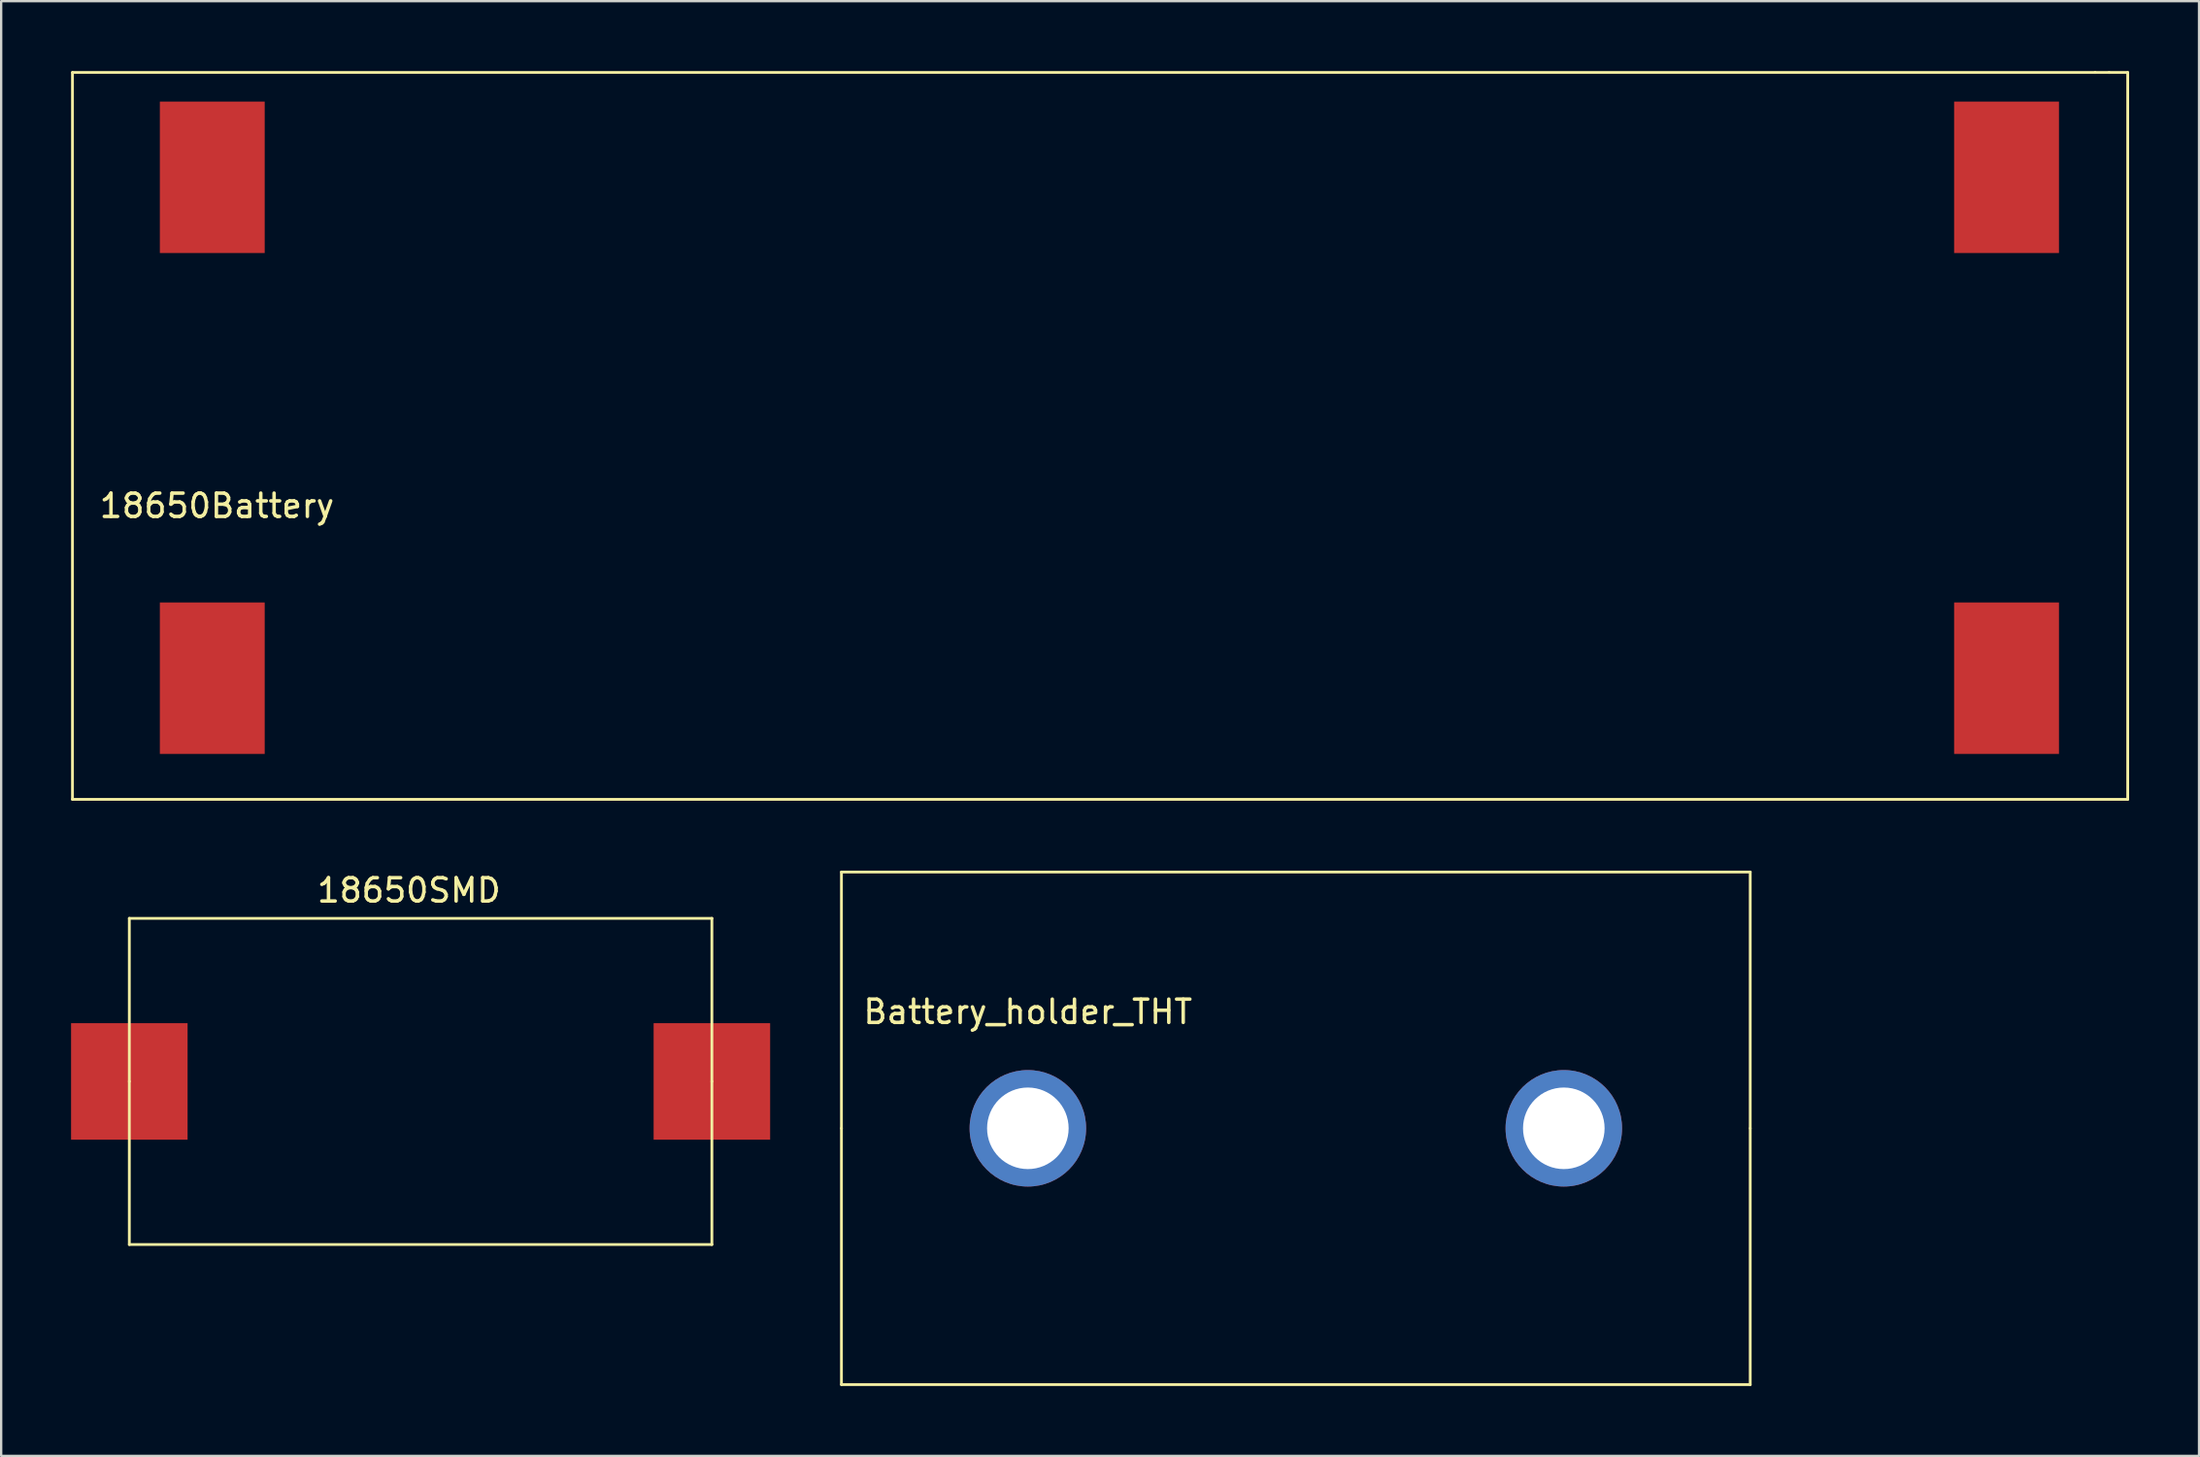
<source format=kicad_pcb>
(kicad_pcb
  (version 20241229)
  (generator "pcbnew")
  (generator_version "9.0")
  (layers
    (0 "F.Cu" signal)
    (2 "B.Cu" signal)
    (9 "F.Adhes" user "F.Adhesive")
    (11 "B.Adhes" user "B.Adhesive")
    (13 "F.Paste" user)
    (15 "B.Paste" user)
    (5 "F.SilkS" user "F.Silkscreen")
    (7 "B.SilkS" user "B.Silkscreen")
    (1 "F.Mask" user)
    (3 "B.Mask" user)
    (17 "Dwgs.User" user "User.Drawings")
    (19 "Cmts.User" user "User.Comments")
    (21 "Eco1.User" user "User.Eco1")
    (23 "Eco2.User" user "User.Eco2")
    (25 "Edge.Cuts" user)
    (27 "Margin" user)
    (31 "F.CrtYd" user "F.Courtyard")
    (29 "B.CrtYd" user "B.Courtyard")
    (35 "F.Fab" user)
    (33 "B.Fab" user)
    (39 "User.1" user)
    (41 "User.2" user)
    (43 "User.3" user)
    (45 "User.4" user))
  (footprint "18650Battery"
    (layer "F.Cu")
    (at 6.06 26.06)
    (property "Reference" "18650Battery" (at 0.2 -7.4 0) (layer "F.SilkS") (effects (font (size 1 1) (thickness 0.15))))
    (attr through_hole)
    (fp_line (start -6 -26) (end 80.8 -26) (stroke (width 0.12) (type solid)) (layer "F.SilkS"))
    (fp_line (start -6 5.2) (end -6 -26) (stroke (width 0.12) (type solid)) (layer "F.SilkS"))
    (fp_line (start 80.8 -26) (end 81.4 -26) (stroke (width 0.12) (type solid)) (layer "F.SilkS"))
    (fp_line (start 81.4 -26) (end 82.2 -26) (stroke (width 0.12) (type solid)) (layer "F.SilkS"))
    (fp_line (start 82.2 -26) (end 82.2 5.2) (stroke (width 0.12) (type solid)) (layer "F.SilkS"))
    (fp_line (start 82.2 5.2) (end -6 5.2) (stroke (width 0.12) (type solid)) (layer "F.SilkS"))
    (pad "1" smd rect (at 0 0) (size 4.5 6.5) (layers "*.Mask" "F.Cu"))
    (pad "2" smd rect (at 77 0) (size 4.5 6.5) (layers "*.Mask" "F.Cu"))
    (pad "3" smd rect (at 77 -21.5) (size 4.5 6.5) (layers "*.Mask" "F.Cu"))
    (pad "4" smd rect (at 0 -21.5) (size 4.5 6.5) (layers "*.Mask" "F.Cu")))
  (footprint "18650SMD"
    (layer "F.Cu")
    (at 2.5 43.368)
    (property "Reference" "18650SMD" (at 12 -8.2 0) (layer "F.SilkS") (effects (font (size 1 1) (thickness 0.15))))
    (attr through_hole)
    (fp_line (start 0 -7) (end 25 -7) (stroke (width 0.12) (type solid)) (layer "F.SilkS"))
    (fp_line (start 0 0) (end 0 -7) (stroke (width 0.12) (type solid)) (layer "F.SilkS"))
    (fp_line (start 0 7) (end 0 0) (stroke (width 0.12) (type solid)) (layer "F.SilkS"))
    (fp_line (start 25 -7) (end 25 0) (stroke (width 0.12) (type solid)) (layer "F.SilkS"))
    (fp_line (start 25 0) (end 25 7) (stroke (width 0.12) (type solid)) (layer "F.SilkS"))
    (fp_line (start 25 7) (end 0 7) (stroke (width 0.12) (type solid)) (layer "F.SilkS"))
    (pad "1" smd rect (at 0 0) (size 5 5) (layers "*.Mask" "F.Cu"))
    (pad "2" smd rect (at 25 0) (size 5 5) (layers "*.Mask" "F.Cu")))
  (footprint "Battery_holder_THT"
    (layer "F.Cu")
    (at 41.06 45.38)
    (property "Reference" "Battery_holder_THT" (at 0 -5 0) (layer "F.SilkS") (effects (font (size 1 1) (thickness 0.15))))
    (attr through_hole)
    (fp_line (start -8 0) (end -8 -11) (stroke (width 0.12) (type solid)) (layer "F.SilkS"))
    (fp_line (start -8 11) (end -8 0) (stroke (width 0.12) (type solid)) (layer "F.SilkS"))
    (fp_line (start 31 -11) (end -8 -11) (stroke (width 0.12) (type solid)) (layer "F.SilkS"))
    (fp_line (start 31 0) (end 31 -11) (stroke (width 0.12) (type solid)) (layer "F.SilkS"))
    (fp_line (start 31 11) (end -8 11) (stroke (width 0.12) (type solid)) (layer "F.SilkS"))
    (fp_line (start 31 11) (end 31 0) (stroke (width 0.12) (type solid)) (layer "F.SilkS"))
    (pad "1" thru_hole circle (at 0 0) (size 5 5) (drill 3.5) (layers "*.Cu" "*.Mask"))
    (pad "2" thru_hole circle (at 23 0) (size 5 5) (drill 3.5) (layers "*.Cu" "*.Mask")))
  (gr_rect
    (start -3 -3)
    (end 91.32 59.44)
    (stroke (width 0.1) (type default))
    (fill no)
    (layer "Edge.Cuts")))
</source>
